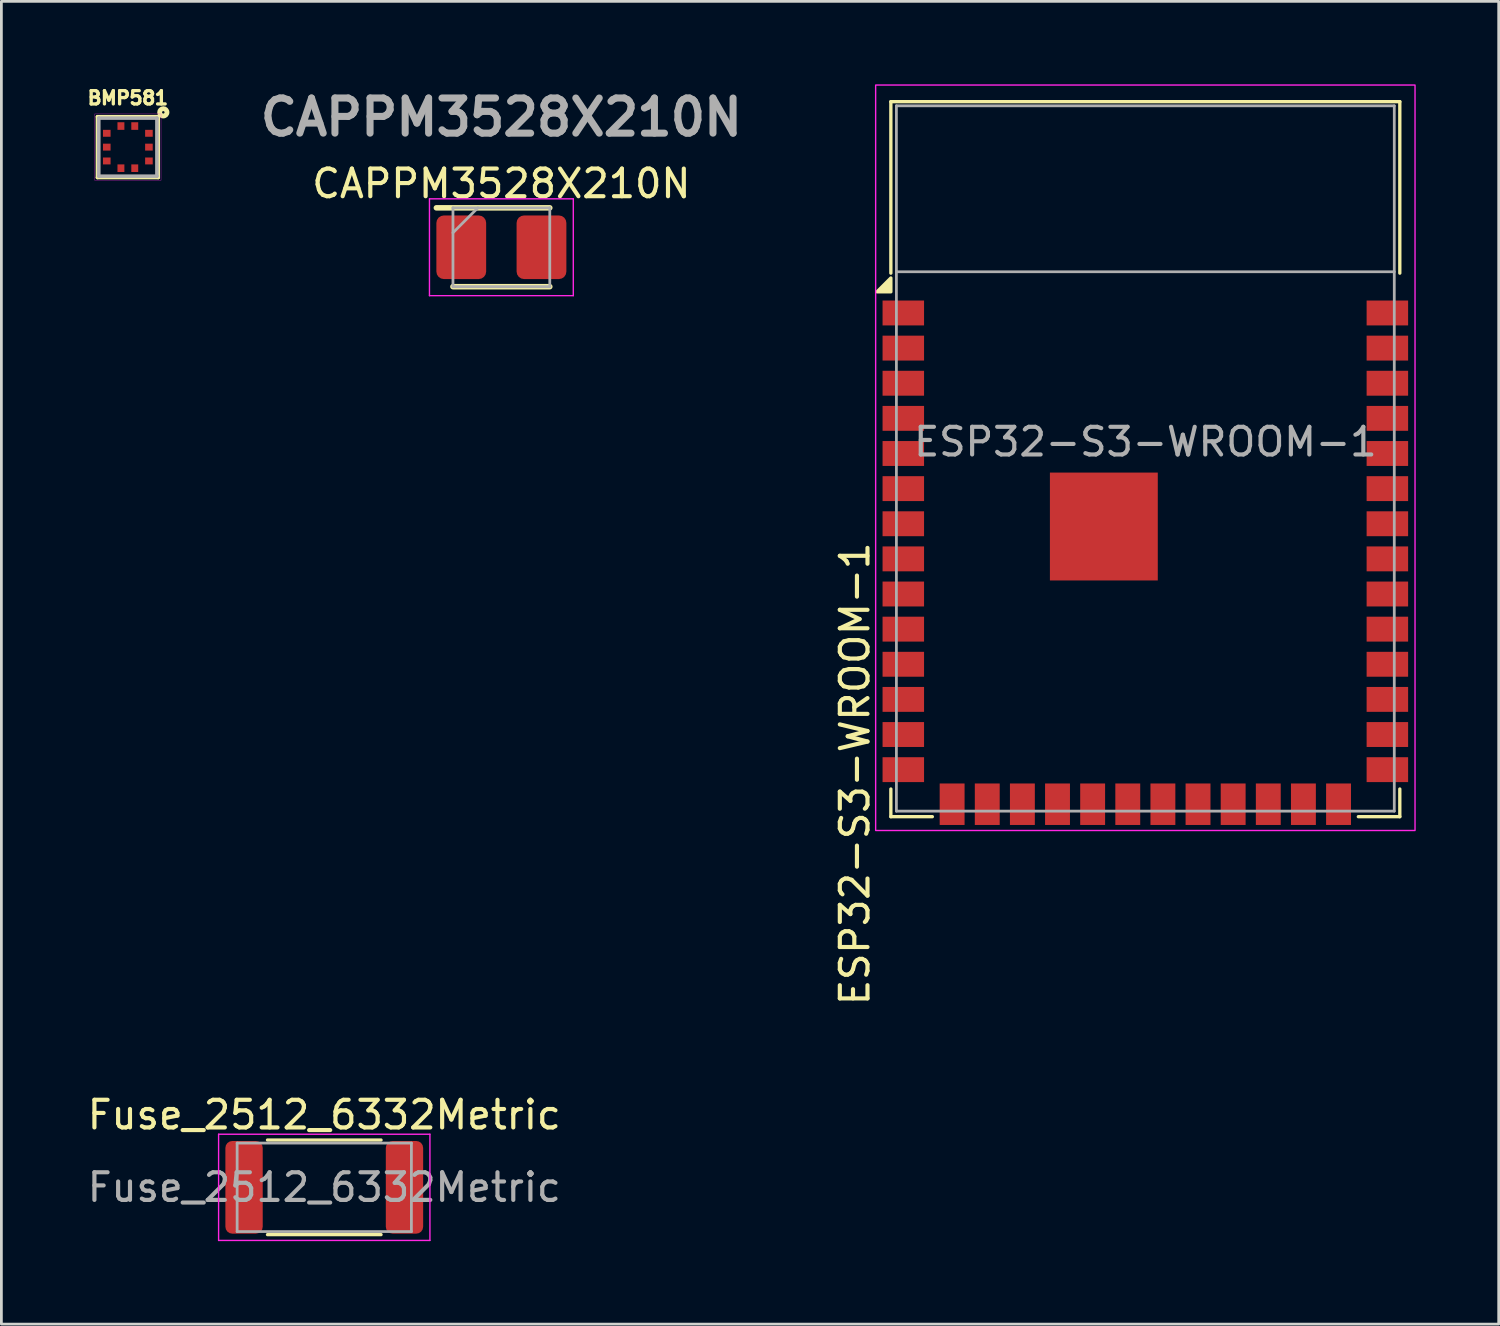
<source format=kicad_pcb>
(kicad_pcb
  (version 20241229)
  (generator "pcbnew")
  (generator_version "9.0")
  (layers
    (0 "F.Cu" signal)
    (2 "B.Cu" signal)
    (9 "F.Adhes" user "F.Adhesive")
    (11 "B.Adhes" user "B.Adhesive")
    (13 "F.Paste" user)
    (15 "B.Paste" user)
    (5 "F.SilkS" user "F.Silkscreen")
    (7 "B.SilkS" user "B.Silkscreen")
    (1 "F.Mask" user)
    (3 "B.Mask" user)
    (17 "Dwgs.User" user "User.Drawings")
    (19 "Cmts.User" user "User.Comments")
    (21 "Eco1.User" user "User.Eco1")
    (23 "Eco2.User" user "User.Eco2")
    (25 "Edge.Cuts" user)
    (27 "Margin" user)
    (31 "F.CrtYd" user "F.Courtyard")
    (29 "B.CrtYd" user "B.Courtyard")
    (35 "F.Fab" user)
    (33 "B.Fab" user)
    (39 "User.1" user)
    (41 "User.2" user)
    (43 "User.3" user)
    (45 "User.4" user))
  (footprint "ESP32-S3-WROOM-1"
    (layer "F.Cu")
    (at 38.357 13.525)
    (property "Reference" "ESP32-S3-WROOM-1" (at -10.5 11.4 90) (unlocked yes) (layer "F.SilkS") (effects (font (size 1 1) (thickness 0.15))))
    (attr smd)
    (fp_line (start -9.2 -12.9) (end -9.2 -6.7) (stroke (width 0.12) (type solid)) (layer "F.SilkS"))
    (fp_line (start -9.2 -12.9) (end 9.2 -12.9) (stroke (width 0.12) (type solid)) (layer "F.SilkS"))
    (fp_line (start -9.2 11.95) (end -9.2 12.95) (stroke (width 0.12) (type solid)) (layer "F.SilkS"))
    (fp_line (start -9.2 12.95) (end -7.7 12.95) (stroke (width 0.12) (type solid)) (layer "F.SilkS"))
    (fp_line (start 9.2 -12.9) (end 9.2 -6.7) (stroke (width 0.12) (type solid)) (layer "F.SilkS"))
    (fp_line (start 9.2 12.95) (end 7.7 12.95) (stroke (width 0.12) (type solid)) (layer "F.SilkS"))
    (fp_line (start 9.2 12.95) (end 9.2 11.95) (stroke (width 0.12) (type solid)) (layer "F.SilkS"))
    (fp_poly (pts (xy -9.2 -6.025) (xy -9.7 -6.025) (xy -9.2 -6.525) (xy -9.2 -6.025)) (stroke (width 0.12) (type solid)) (fill yes) (layer "F.SilkS"))
    (fp_rect (start -9.75 -13.5) (end 9.75 13.45) (stroke (width 0.05) (type default)) (fill no) (layer "F.CrtYd"))
    (fp_line (start -9 -12.75) (end 9 -12.75) (stroke (width 0.1) (type solid)) (layer "F.Fab"))
    (fp_line (start -9 -6.75) (end 9 -6.75) (stroke (width 0.1) (type solid)) (layer "F.Fab"))
    (fp_line (start -9 12.75) (end -9 -12.75) (stroke (width 0.1) (type solid)) (layer "F.Fab"))
    (fp_line (start -9 12.75) (end 9 12.75) (stroke (width 0.1) (type solid)) (layer "F.Fab"))
    (fp_line (start 9 12.75) (end 9 -12.75) (stroke (width 0.1) (type solid)) (layer "F.Fab"))
    (fp_text user "${REFERENCE}" (at 0 -0.6 0) (unlocked yes) (layer "F.Fab") (effects (font (size 1 1) (thickness 0.15))))
    (pad "" smd rect (at -2.9 1.06) (size 0.9 0.9) (layers "F.Paste"))
    (pad "" smd rect (at -2.9 2.46 270) (size 0.9 0.9) (layers "F.Paste"))
    (pad "" smd rect (at -2.9 3.86) (size 0.9 0.9) (layers "F.Paste"))
    (pad "" smd rect (at -1.5 1.06 270) (size 0.9 0.9) (layers "F.Paste"))
    (pad "" smd rect (at -1.5 2.46 270) (size 0.9 0.9) (layers "F.Paste"))
    (pad "" smd rect (at -1.5 3.86 270) (size 0.9 0.9) (layers "F.Paste"))
    (pad "" smd rect (at -0.1 1.06 270) (size 0.9 0.9) (layers "F.Paste"))
    (pad "" smd rect (at -0.1 2.46 270) (size 0.9 0.9) (layers "F.Paste"))
    (pad "" smd rect (at -0.1 3.86 270) (size 0.9 0.9) (layers "F.Paste"))
    (pad "1" smd rect (at -8.75 -5.26) (size 1.5 0.9) (layers "F.Cu" "F.Mask" "F.Paste"))
    (pad "2" smd rect (at -8.75 -3.99) (size 1.5 0.9) (layers "F.Cu" "F.Mask" "F.Paste"))
    (pad "3" smd rect (at -8.75 -2.72) (size 1.5 0.9) (layers "F.Cu" "F.Mask" "F.Paste"))
    (pad "4" smd rect (at -8.75 -1.45) (size 1.5 0.9) (layers "F.Cu" "F.Mask" "F.Paste"))
    (pad "5" smd rect (at -8.75 -0.18) (size 1.5 0.9) (layers "F.Cu" "F.Mask" "F.Paste"))
    (pad "6" smd rect (at -8.75 1.09) (size 1.5 0.9) (layers "F.Cu" "F.Mask" "F.Paste"))
    (pad "7" smd rect (at -8.75 2.36) (size 1.5 0.9) (layers "F.Cu" "F.Mask" "F.Paste"))
    (pad "8" smd rect (at -8.75 3.63) (size 1.5 0.9) (layers "F.Cu" "F.Mask" "F.Paste"))
    (pad "9" smd rect (at -8.75 4.9) (size 1.5 0.9) (layers "F.Cu" "F.Mask" "F.Paste"))
    (pad "10" smd rect (at -8.75 6.17) (size 1.5 0.9) (layers "F.Cu" "F.Mask" "F.Paste"))
    (pad "11" smd rect (at -8.75 7.44) (size 1.5 0.9) (layers "F.Cu" "F.Mask" "F.Paste"))
    (pad "12" smd rect (at -8.75 8.71) (size 1.5 0.9) (layers "F.Cu" "F.Mask" "F.Paste"))
    (pad "13" smd rect (at -8.75 9.98) (size 1.5 0.9) (layers "F.Cu" "F.Mask" "F.Paste"))
    (pad "14" smd rect (at -8.75 11.25 180) (size 1.5 0.9) (layers "F.Cu" "F.Mask" "F.Paste"))
    (pad "15" smd rect (at -6.985 12.5 270) (size 1.5 0.9) (layers "F.Cu" "F.Mask" "F.Paste"))
    (pad "16" smd rect (at -5.715 12.5 270) (size 1.5 0.9) (layers "F.Cu" "F.Mask" "F.Paste"))
    (pad "17" smd rect (at -4.445 12.5 270) (size 1.5 0.9) (layers "F.Cu" "F.Mask" "F.Paste"))
    (pad "18" smd rect (at -3.175 12.5 270) (size 1.5 0.9) (layers "F.Cu" "F.Mask" "F.Paste"))
    (pad "19" smd rect (at -1.905 12.5 270) (size 1.5 0.9) (layers "F.Cu" "F.Mask" "F.Paste"))
    (pad "20" smd rect (at -0.635 12.5 270) (size 1.5 0.9) (layers "F.Cu" "F.Mask" "F.Paste"))
    (pad "21" smd rect (at 0.635 12.5 270) (size 1.5 0.9) (layers "F.Cu" "F.Mask" "F.Paste"))
    (pad "22" smd rect (at 1.905 12.5 270) (size 1.5 0.9) (layers "F.Cu" "F.Mask" "F.Paste"))
    (pad "23" smd rect (at 3.175 12.5 270) (size 1.5 0.9) (layers "F.Cu" "F.Mask" "F.Paste"))
    (pad "24" smd rect (at 4.445 12.5 270) (size 1.5 0.9) (layers "F.Cu" "F.Mask" "F.Paste"))
    (pad "25" smd rect (at 5.715 12.5 270) (size 1.5 0.9) (layers "F.Cu" "F.Mask" "F.Paste"))
    (pad "26" smd rect (at 6.985 12.5 270) (size 1.5 0.9) (layers "F.Cu" "F.Mask" "F.Paste"))
    (pad "27" smd rect (at 8.75 11.25) (size 1.5 0.9) (layers "F.Cu" "F.Mask" "F.Paste"))
    (pad "28" smd rect (at 8.75 9.98) (size 1.5 0.9) (layers "F.Cu" "F.Mask" "F.Paste"))
    (pad "29" smd rect (at 8.75 8.71) (size 1.5 0.9) (layers "F.Cu" "F.Mask" "F.Paste"))
    (pad "30" smd rect (at 8.75 7.44) (size 1.5 0.9) (layers "F.Cu" "F.Mask" "F.Paste"))
    (pad "31" smd rect (at 8.75 6.17) (size 1.5 0.9) (layers "F.Cu" "F.Mask" "F.Paste"))
    (pad "32" smd rect (at 8.75 4.9) (size 1.5 0.9) (layers "F.Cu" "F.Mask" "F.Paste"))
    (pad "33" smd rect (at 8.75 3.63) (size 1.5 0.9) (layers "F.Cu" "F.Mask" "F.Paste"))
    (pad "34" smd rect (at 8.75 2.36) (size 1.5 0.9) (layers "F.Cu" "F.Mask" "F.Paste"))
    (pad "35" smd rect (at 8.75 1.09) (size 1.5 0.9) (layers "F.Cu" "F.Mask" "F.Paste"))
    (pad "36" smd rect (at 8.75 -0.18) (size 1.5 0.9) (layers "F.Cu" "F.Mask" "F.Paste"))
    (pad "37" smd rect (at 8.75 -1.45) (size 1.5 0.9) (layers "F.Cu" "F.Mask" "F.Paste"))
    (pad "38" smd rect (at 8.75 -2.72) (size 1.5 0.9) (layers "F.Cu" "F.Mask" "F.Paste"))
    (pad "39" smd rect (at 8.75 -3.99) (size 1.5 0.9) (layers "F.Cu" "F.Mask" "F.Paste"))
    (pad "40" smd rect (at 8.75 -5.26) (size 1.5 0.9) (layers "F.Cu" "F.Mask" "F.Paste"))
    (pad "41" smd rect (at -1.5 2.46 270) (size 3.9 3.9) (layers "F.Cu" "F.Mask")))
  (footprint "Fuse_2512_6332Metric"
    (layer "F.Cu")
    (at 8.673 39.875)
    (property "Reference" "Fuse_2512_6332Metric" (at 0 -2.62 0) (layer "F.SilkS") (effects (font (size 1 1) (thickness 0.15))))
    (attr smd)
    (fp_line (start -2.052 -1.71) (end 2.052 -1.71) (stroke (width 0.12) (type solid)) (layer "F.SilkS"))
    (fp_line (start -2.052 1.71) (end 2.052 1.71) (stroke (width 0.12) (type solid)) (layer "F.SilkS"))
    (fp_line (start -3.82 -1.92) (end 3.82 -1.92) (stroke (width 0.05) (type solid)) (layer "F.CrtYd"))
    (fp_line (start -3.82 1.92) (end -3.82 -1.92) (stroke (width 0.05) (type solid)) (layer "F.CrtYd"))
    (fp_line (start 3.82 -1.92) (end 3.82 1.92) (stroke (width 0.05) (type solid)) (layer "F.CrtYd"))
    (fp_line (start 3.82 1.92) (end -3.82 1.92) (stroke (width 0.05) (type solid)) (layer "F.CrtYd"))
    (fp_line (start -3.15 -1.6) (end 3.15 -1.6) (stroke (width 0.1) (type solid)) (layer "F.Fab"))
    (fp_line (start -3.15 1.6) (end -3.15 -1.6) (stroke (width 0.1) (type solid)) (layer "F.Fab"))
    (fp_line (start 3.15 -1.6) (end 3.15 1.6) (stroke (width 0.1) (type solid)) (layer "F.Fab"))
    (fp_line (start 3.15 1.6) (end -3.15 1.6) (stroke (width 0.1) (type solid)) (layer "F.Fab"))
    (fp_text user "${REFERENCE}" (at 0 0 0) (layer "F.Fab") (effects (font (size 1 1) (thickness 0.15))))
    (pad "1" smd roundrect (at -2.9 0) (size 1.35 3.35) (layers "F.Cu" "F.Mask" "F.Paste") (roundrect_rratio 0.185))
    (pad "2" smd roundrect (at 2.9 0) (size 1.35 3.35) (layers "F.Cu" "F.Mask" "F.Paste") (roundrect_rratio 0.185)))
  (footprint "BMP581"
    (layer "F.Cu")
    (at 1.572 2.269)
    (property "Reference" "BMP581" (at 0 -1.778 0) (layer "F.SilkS") (effects (font (size 0.48 0.48) (thickness 0.15))))
    (attr smd)
    (fp_line (start -1.1 -1.1) (end 1.1 -1.1) (stroke (width 0.127) (type solid)) (layer "F.SilkS"))
    (fp_line (start -1.1 1.1) (end -1.1 -1.1) (stroke (width 0.127) (type solid)) (layer "F.SilkS"))
    (fp_line (start 1.1 -1.1) (end 1.1 1.1) (stroke (width 0.127) (type solid)) (layer "F.SilkS"))
    (fp_line (start 1.1 1.1) (end -1.1 1.1) (stroke (width 0.127) (type solid)) (layer "F.SilkS"))
    (fp_circle (center 1.282 -1.258) (end 1.327 -1.258) (stroke (width 0.175) (type solid)) (fill no) (layer "F.SilkS"))
    (fp_poly (pts (xy -0.875 -0.6) (xy -0.65 -0.6) (xy -0.65 -0.4) (xy -0.875 -0.4)) (stroke (width 0.01) (type solid)) (fill yes) (layer "F.Paste"))
    (fp_poly (pts (xy -0.875 -0.1) (xy -0.65 -0.1) (xy -0.65 0.1) (xy -0.875 0.1)) (stroke (width 0.01) (type solid)) (fill yes) (layer "F.Paste"))
    (fp_poly (pts (xy -0.875 0.4) (xy -0.65 0.4) (xy -0.65 0.6) (xy -0.875 0.6)) (stroke (width 0.01) (type solid)) (fill yes) (layer "F.Paste"))
    (fp_poly (pts (xy -0.362 -0.863) (xy -0.138 -0.863) (xy -0.138 -0.662) (xy -0.362 -0.662)) (stroke (width 0.01) (type solid)) (fill yes) (layer "F.Paste"))
    (fp_poly (pts (xy -0.362 0.662) (xy -0.138 0.662) (xy -0.138 0.863) (xy -0.362 0.863)) (stroke (width 0.01) (type solid)) (fill yes) (layer "F.Paste"))
    (fp_poly (pts (xy 0.138 -0.863) (xy 0.362 -0.863) (xy 0.362 -0.662) (xy 0.138 -0.662)) (stroke (width 0.01) (type solid)) (fill yes) (layer "F.Paste"))
    (fp_poly (pts (xy 0.138 0.662) (xy 0.362 0.662) (xy 0.362 0.863) (xy 0.138 0.863)) (stroke (width 0.01) (type solid)) (fill yes) (layer "F.Paste"))
    (fp_poly (pts (xy 0.65 -0.6) (xy 0.875 -0.6) (xy 0.875 -0.4) (xy 0.65 -0.4)) (stroke (width 0.01) (type solid)) (fill yes) (layer "F.Paste"))
    (fp_poly (pts (xy 0.65 -0.1) (xy 0.875 -0.1) (xy 0.875 0.1) (xy 0.65 0.1)) (stroke (width 0.01) (type solid)) (fill yes) (layer "F.Paste"))
    (fp_poly (pts (xy 0.65 0.4) (xy 0.875 0.4) (xy 0.875 0.6) (xy 0.65 0.6)) (stroke (width 0.01) (type solid)) (fill yes) (layer "F.Paste"))
    (fp_poly (pts (xy -1.2 -1.2) (xy 1.2 -1.2) (xy 1.2 1.2) (xy -1.2 1.2)) (stroke (width 0.01) (type solid)) (fill no) (layer "F.CrtYd"))
    (fp_line (start -1.05 -1.05) (end 1.05 -1.05) (stroke (width 0.127) (type solid)) (layer "F.Fab"))
    (fp_line (start -1.05 1.05) (end -1.05 -1.05) (stroke (width 0.127) (type solid)) (layer "F.Fab"))
    (fp_line (start 1.05 -1.05) (end 1.05 1.05) (stroke (width 0.127) (type solid)) (layer "F.Fab"))
    (fp_line (start 1.05 1.05) (end -1.05 1.05) (stroke (width 0.127) (type solid)) (layer "F.Fab"))
    (pad "1" smd rect (at 0.25 -0.762) (size 0.25 0.275) (layers "F.Cu" "F.Mask"))
    (pad "2" smd rect (at -0.25 -0.762) (size 0.25 0.275) (layers "F.Cu" "F.Mask"))
    (pad "3" smd rect (at -0.762 -0.5) (size 0.275 0.25) (layers "F.Cu" "F.Mask"))
    (pad "4" smd rect (at -0.762 0) (size 0.275 0.25) (layers "F.Cu" "F.Mask"))
    (pad "5" smd rect (at -0.762 0.5) (size 0.275 0.25) (layers "F.Cu" "F.Mask"))
    (pad "6" smd rect (at -0.25 0.762) (size 0.25 0.275) (layers "F.Cu" "F.Mask"))
    (pad "7" smd rect (at 0.25 0.762) (size 0.25 0.275) (layers "F.Cu" "F.Mask"))
    (pad "8" smd rect (at 0.762 0.5) (size 0.275 0.25) (layers "F.Cu" "F.Mask"))
    (pad "9" smd rect (at 0.762 0) (size 0.275 0.25) (layers "F.Cu" "F.Mask"))
    (pad "10" smd rect (at 0.762 -0.5) (size 0.275 0.25) (layers "F.Cu" "F.Mask")))
  (footprint "CAPPM3528X210N"
    (layer "F.Cu")
    (at 15.076 5.889)
    (property "Reference" "CAPPM3528X210N" (at 0 -2.3 0) (layer "F.SilkS") (effects (font (size 1 1) (thickness 0.15))))
    (attr smd)
    (fp_line (start -1.75 1.425) (end 1.75 1.425) (stroke (width 0.2) (type solid)) (layer "F.SilkS"))
    (fp_line (start 1.75 -1.425) (end -2.35 -1.425) (stroke (width 0.2) (type solid)) (layer "F.SilkS"))
    (fp_line (start -2.6 -1.75) (end 2.6 -1.75) (stroke (width 0.05) (type solid)) (layer "F.CrtYd"))
    (fp_line (start -2.6 1.75) (end -2.6 -1.75) (stroke (width 0.05) (type solid)) (layer "F.CrtYd"))
    (fp_line (start 2.6 -1.75) (end 2.6 1.75) (stroke (width 0.05) (type solid)) (layer "F.CrtYd"))
    (fp_line (start 2.6 1.75) (end -2.6 1.75) (stroke (width 0.05) (type solid)) (layer "F.CrtYd"))
    (fp_line (start -1.75 -1.425) (end 1.75 -1.425) (stroke (width 0.1) (type solid)) (layer "F.Fab"))
    (fp_line (start -1.75 -0.525) (end -0.85 -1.425) (stroke (width 0.1) (type solid)) (layer "F.Fab"))
    (fp_line (start -1.75 1.425) (end -1.75 -1.425) (stroke (width 0.1) (type solid)) (layer "F.Fab"))
    (fp_line (start 1.75 -1.425) (end 1.75 1.425) (stroke (width 0.1) (type solid)) (layer "F.Fab"))
    (fp_line (start 1.75 1.425) (end -1.75 1.425) (stroke (width 0.1) (type solid)) (layer "F.Fab"))
    (fp_text user "${REFERENCE}" (at 0 -4.7 0) (layer "F.Fab") (effects (font (size 1.27 1.27) (thickness 0.254))))
    (pad "1" smd roundrect (at -1.45 0) (size 1.8 2.3) (layers "F.Cu" "F.Mask" "F.Paste") (roundrect_rratio 0.15))
    (pad "2" smd roundrect (at 1.45 0) (size 1.8 2.3) (layers "F.Cu" "F.Mask" "F.Paste") (roundrect_rratio 0.15)))
  (gr_rect
    (start -3 -3)
    (end 51.132 44.82)
    (stroke (width 0.1) (type default))
    (fill no)
    (layer "Edge.Cuts")))
</source>
